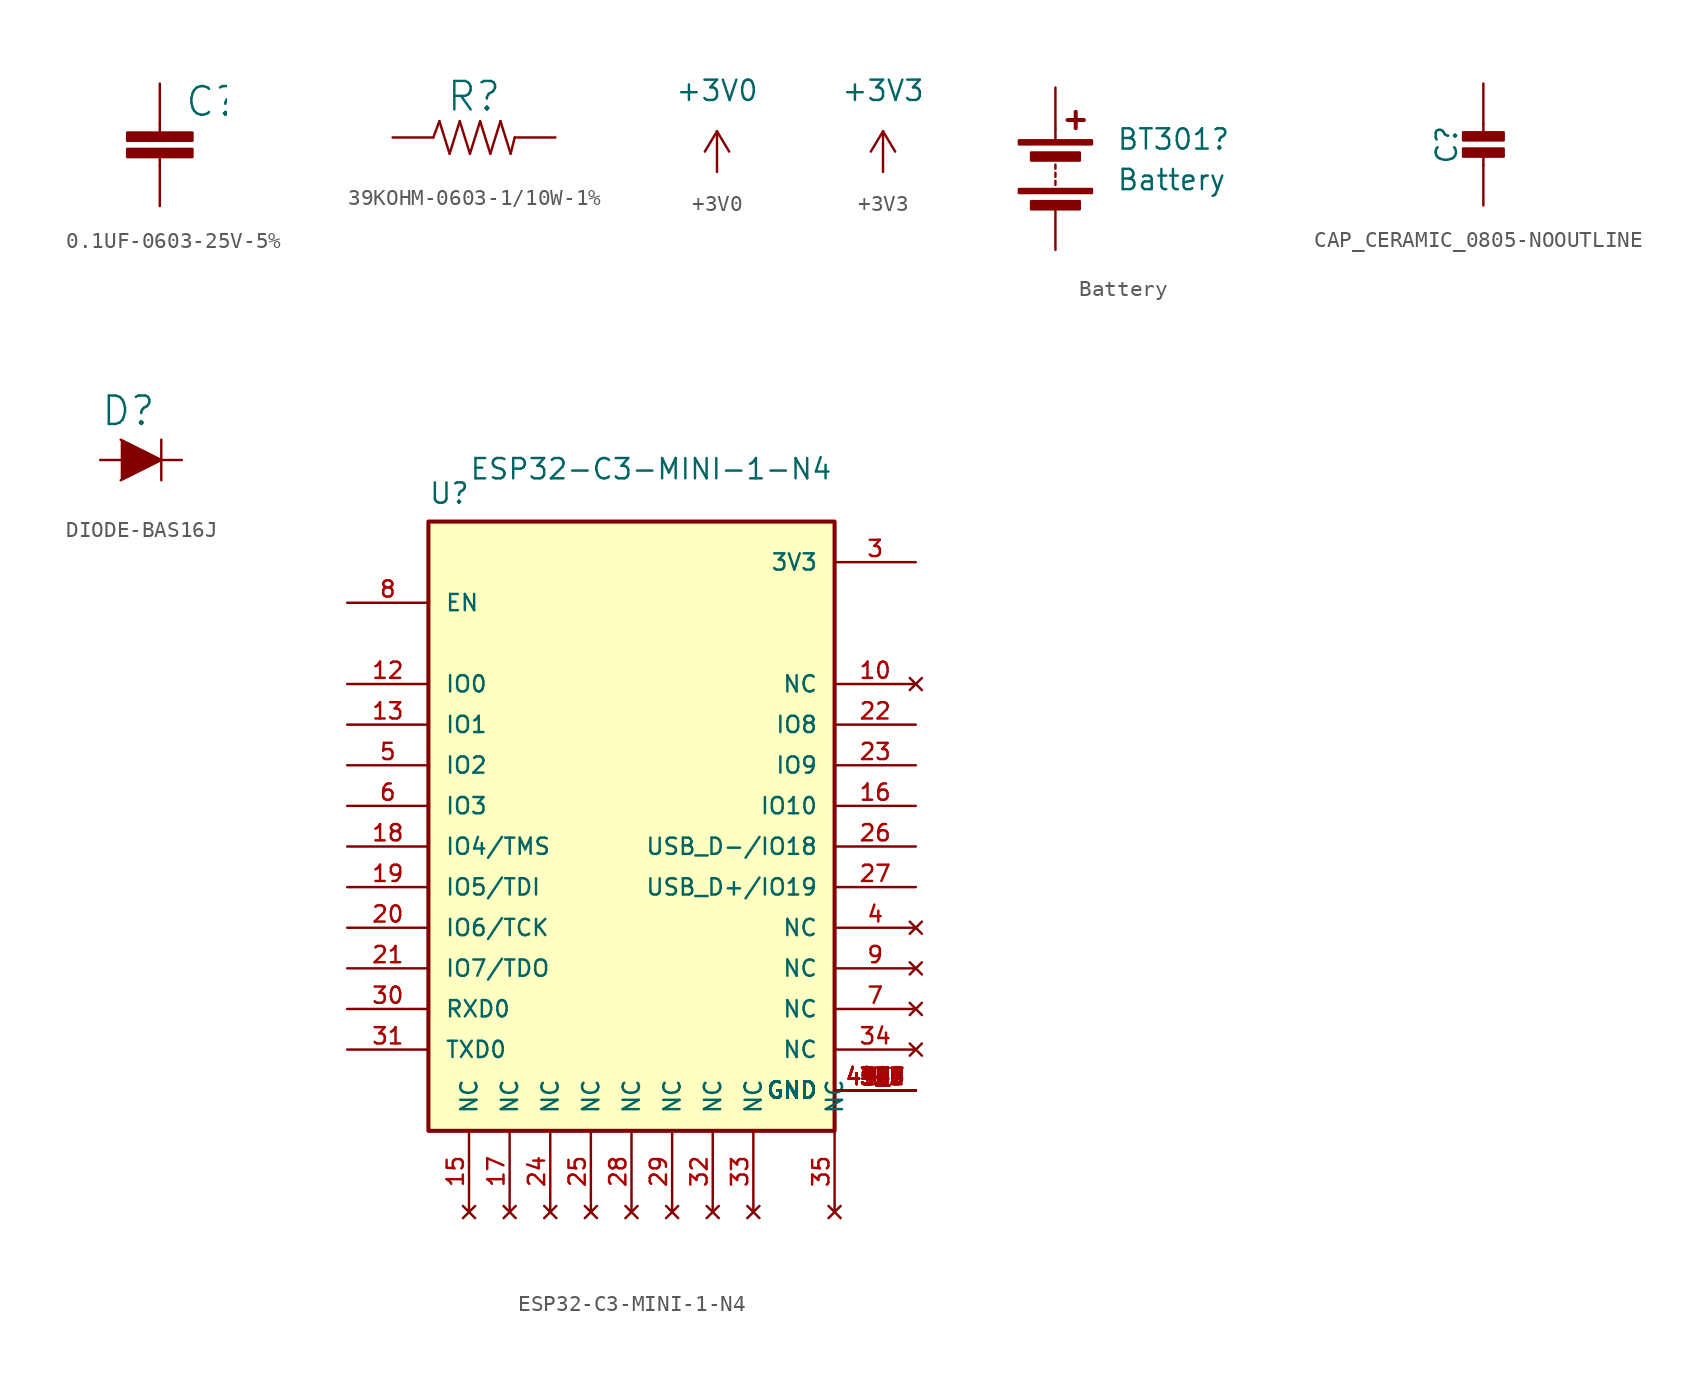
<source format=kicad_sym>
(kicad_symbol_lib
  (version 20220914)
  (generator kicad_symbol_editor)
  (symbol "0.1UF-0603-25V-5%"
    (property "Reference" "C"
      (at 1.524 2.921 0)
      (effects (font (size 1.778 1.778)) (justify left bottom)))
    (property "Value" ""
      (at 1.524 -2.159 0)
      (effects (font (size 1.778 1.778)) (justify left bottom)))
    (symbol "0.1UF-0603-25V-5%_1_0"
      (rectangle (start -2.032 0.508) (end 2.032 1.016) (stroke (width 0) (type default)) (fill (type outline)))
      (rectangle (start -2.032 2.032) (end 2.032 1.524) (stroke (width 0) (type default)) (fill (type outline)))
      (polyline (pts (xy 0 0) (xy 0 0.508)) (stroke (width 0.152) (type solid)) (fill (type none)))
      (polyline (pts (xy 0 2.54) (xy 0 2.032)) (stroke (width 0.152) (type solid)) (fill (type none)))
      (pin passive line (at 0 5.08 270) (length 2.54) (name "1" (effects (font (size 0 0)))) (number "1" (effects (font (size 0 0)))))
      (pin passive line (at 0 -2.54 90) (length 2.54) (name "2" (effects (font (size 0 0)))) (number "2" (effects (font (size 0 0)))))))
  (symbol "39KOHM-0603-1/10W-1%"
    (property "Reference" "R"
      (at 0 1.524 0)
      (effects (font (size 1.778 1.778)) (justify bottom)))
    (property "Value" ""
      (at 0 -1.524 0)
      (effects (font (size 1.778 1.778)) (justify top)))
    (property "ki_locked" ""
      (at 0 0 0)
      (effects (font (size 1.27 1.27))))
    (symbol "39KOHM-0603-1/10W-1%_1_0"
      (polyline (pts (xy -2.54 0) (xy -2.159 1.016)) (stroke (width 0.152) (type solid)) (fill (type none)))
      (polyline (pts (xy -2.159 1.016) (xy -1.524 -1.016)) (stroke (width 0.152) (type solid)) (fill (type none)))
      (polyline (pts (xy -1.524 -1.016) (xy -0.889 1.016)) (stroke (width 0.152) (type solid)) (fill (type none)))
      (polyline (pts (xy -0.889 1.016) (xy -0.254 -1.016)) (stroke (width 0.152) (type solid)) (fill (type none)))
      (polyline (pts (xy -0.254 -1.016) (xy 0.381 1.016)) (stroke (width 0.152) (type solid)) (fill (type none)))
      (polyline (pts (xy 0.381 1.016) (xy 1.016 -1.016)) (stroke (width 0.152) (type solid)) (fill (type none)))
      (polyline (pts (xy 1.016 -1.016) (xy 1.651 1.016)) (stroke (width 0.152) (type solid)) (fill (type none)))
      (polyline (pts (xy 1.651 1.016) (xy 2.286 -1.016)) (stroke (width 0.152) (type solid)) (fill (type none)))
      (polyline (pts (xy 2.286 -1.016) (xy 2.54 0)) (stroke (width 0.152) (type solid)) (fill (type none)))
      (pin passive line (at -5.08 0 0) (length 2.54) (name "1" (effects (font (size 0 0)))) (number "1" (effects (font (size 0 0)))))
      (pin passive line (at 5.08 0 180) (length 2.54) (name "2" (effects (font (size 0 0)))) (number "2" (effects (font (size 0 0)))))))
  (symbol "+3V0"
    (power)
    (pin_names
      (offset 0))
    (property "Reference" "#PWR011"
      (at 0 -3.81 0)
      (effects (font (size 1.27 1.27)) hide))
    (property "Value" "+3V0"
      (at 0 5.08 0)
      (effects (font (size 1.27 1.27))))
    (symbol "+3V0_0_1"
      (polyline (pts (xy -0.762 1.27) (xy 0 2.54)) (stroke (width 0) (type default)) (fill (type none)))
      (polyline (pts (xy 0 0) (xy 0 2.54)) (stroke (width 0) (type default)) (fill (type none)))
      (polyline (pts (xy 0 2.54) (xy 0.762 1.27)) (stroke (width 0) (type default)) (fill (type none))))
    (symbol "+3V0_1_1"
      (pin power_in line (at 0 0 90) (length 0) hide (name "+3V0" (effects (font (size 1.27 1.27)))) (number "1" (effects (font (size 1.27 1.27)))))))
  (symbol "+3V3"
    (power)
    (pin_names
      (offset 0))
    (property "Reference" "#PWR010"
      (at 0 -3.81 0)
      (effects (font (size 1.27 1.27)) hide))
    (property "Value" "+3V3"
      (at 0 5.08 0)
      (effects (font (size 1.27 1.27))))
    (symbol "+3V3_0_1"
      (polyline (pts (xy -0.762 1.27) (xy 0 2.54)) (stroke (width 0) (type default)) (fill (type none)))
      (polyline (pts (xy 0 0) (xy 0 2.54)) (stroke (width 0) (type default)) (fill (type none)))
      (polyline (pts (xy 0 2.54) (xy 0.762 1.27)) (stroke (width 0) (type default)) (fill (type none))))
    (symbol "+3V3_1_1"
      (pin power_in line (at 0 0 90) (length 0) hide (name "+3V3" (effects (font (size 1.27 1.27)))) (number "1" (effects (font (size 1.27 1.27)))))))
  (symbol "Battery"
    (pin_numbers hide)
    (pin_names
      (offset 0) hide)
    (property "Reference" "BT301"
      (at 3.81 1.841 0)
      (effects (font (size 1.27 1.27)) (justify left)))
    (property "Value" "Battery"
      (at 3.81 -0.699 0)
      (effects (font (size 1.27 1.27)) (justify left)))
    (symbol "Battery_0_1"
      (rectangle (start -2.286 -1.27) (end 2.286 -1.524) (stroke (width 0) (type default)) (fill (type outline)))
      (rectangle (start -2.286 1.778) (end 2.286 1.524) (stroke (width 0) (type default)) (fill (type outline)))
      (rectangle (start -1.524 -2.032) (end 1.524 -2.54) (stroke (width 0) (type default)) (fill (type outline)))
      (rectangle (start -1.524 1.016) (end 1.524 0.508) (stroke (width 0) (type default)) (fill (type outline)))
      (polyline (pts (xy 0 -1.016) (xy 0 -0.762)) (stroke (width 0) (type default)) (fill (type none)))
      (polyline (pts (xy 0 -0.508) (xy 0 -0.254)) (stroke (width 0) (type default)) (fill (type none)))
      (polyline (pts (xy 0 0) (xy 0 0.254)) (stroke (width 0) (type default)) (fill (type none)))
      (polyline (pts (xy 0 1.778) (xy 0 2.54)) (stroke (width 0) (type default)) (fill (type none)))
      (polyline (pts (xy 0.762 3.048) (xy 1.778 3.048)) (stroke (width 0.254) (type default)) (fill (type none)))
      (polyline (pts (xy 1.27 3.556) (xy 1.27 2.54)) (stroke (width 0.254) (type default)) (fill (type none))))
    (symbol "Battery_1_1"
      (pin passive line (at 0 5.08 270) (length 2.54) (name "+" (effects (font (size 1.27 1.27)))) (number "1" (effects (font (size 1.27 1.27)))))
      (pin passive line (at 0 -5.08 90) (length 2.54) (name "-" (effects (font (size 1.27 1.27)))) (number "2" (effects (font (size 1.27 1.27)))))))
  (symbol "CAP_CERAMIC_0805-NOOUTLINE"
    (property "Reference" "C"
      (at -2.29 1.25 90)
      (effects (font (size 1.27 1.27))))
    (property "Value" ""
      (at 2.3 1.25 90)
      (effects (font (size 1.27 1.27))))
    (property "ki_locked" ""
      (at 0 0 0)
      (effects (font (size 1.27 1.27))))
    (symbol "CAP_CERAMIC_0805-NOOUTLINE_1_0"
      (rectangle (start -1.27 0.508) (end 1.27 1.016) (stroke (width 0) (type default)) (fill (type outline)))
      (rectangle (start -1.27 1.524) (end 1.27 2.032) (stroke (width 0) (type default)) (fill (type outline)))
      (polyline (pts (xy 0 0.762) (xy 0 0)) (stroke (width 0.152) (type solid)) (fill (type none)))
      (polyline (pts (xy 0 2.54) (xy 0 1.778)) (stroke (width 0.152) (type solid)) (fill (type none)))
      (pin passive line (at 0 5.08 270) (length 2.54) (name "1" (effects (font (size 0 0)))) (number "1" (effects (font (size 0 0)))))
      (pin passive line (at 0 -2.54 90) (length 2.54) (name "2" (effects (font (size 0 0)))) (number "2" (effects (font (size 0 0)))))))
  (symbol "DIODE-BAS16J"
    (property "Reference" "D"
      (at -2.54 2.032 0)
      (effects (font (size 1.778 1.778)) (justify left bottom)))
    (property "Value" ""
      (at -2.54 -2.032 0)
      (effects (font (size 1.778 1.778)) (justify left top)))
    (property "ki_locked" ""
      (at 0 0 0)
      (effects (font (size 1.27 1.27))))
    (symbol "DIODE-BAS16J_1_0"
      (polyline (pts (xy -2.54 0) (xy -1.27 0)) (stroke (width 0.152) (type solid)) (fill (type none)))
      (polyline (pts (xy 1.27 0) (xy 1.27 -1.27)) (stroke (width 0.152) (type solid)) (fill (type none)))
      (polyline (pts (xy 1.27 1.27) (xy 1.27 0)) (stroke (width 0.152) (type solid)) (fill (type none)))
      (polyline (pts (xy 2.54 0) (xy 1.27 0)) (stroke (width 0.152) (type solid)) (fill (type none)))
      (polyline (pts (xy -1.27 1.27) (xy 1.27 0) (xy -1.27 -1.27)) (stroke (width 0.152) (type solid)) (fill (type outline)))
      (pin passive line (at -2.54 0 0) (length 0) (name "A" (effects (font (size 0 0)))) (number "A" (effects (font (size 0 0)))))
      (pin passive line (at 2.54 0 180) (length 0) (name "C" (effects (font (size 0 0)))) (number "C" (effects (font (size 0 0)))))))
  (symbol "ESP32-C3-MINI-1-N4"
    (pin_names
      (offset 1.016))
    (property "Reference" "U"
      (at -12.7 18.796 0)
      (effects (font (size 1.27 1.27)) (justify left bottom)))
    (property "Value" "ESP32-C3-MINI-1-N4"
      (at -10.16 20.32 0)
      (effects (font (size 1.27 1.27)) (justify left bottom)))
    (symbol "ESP32-C3-MINI-1-N4_0_0"
      (rectangle (start -12.7 -20.32) (end 12.7 17.78) (stroke (width 0.254) (type default)) (fill (type background)))
      (pin power_in line (at 17.78 -17.78 180) (length 5.08) (name "GND" (effects (font (size 1.016 1.016)))) (number "11" (effects (font (size 1.016 1.016)))))
      (pin bidirectional line (at -17.78 7.62 0) (length 5.08) (name "IO0" (effects (font (size 1.016 1.016)))) (number "12" (effects (font (size 1.016 1.016)))))
      (pin bidirectional line (at -17.78 5.08 0) (length 5.08) (name "IO1" (effects (font (size 1.016 1.016)))) (number "13" (effects (font (size 1.016 1.016)))))
      (pin power_in line (at 17.78 -17.78 180) (length 5.08) (name "GND" (effects (font (size 1.016 1.016)))) (number "14" (effects (font (size 1.016 1.016)))))
      (pin bidirectional line (at 17.78 0 180) (length 5.08) (name "IO10" (effects (font (size 1.016 1.016)))) (number "16" (effects (font (size 1.016 1.016)))))
      (pin power_in line (at 17.78 -17.78 180) (length 5.08) (name "GND" (effects (font (size 1.016 1.016)))) (number "2" (effects (font (size 1.016 1.016)))))
      (pin bidirectional line (at 17.78 5.08 180) (length 5.08) (name "IO8" (effects (font (size 1.016 1.016)))) (number "22" (effects (font (size 1.016 1.016)))))
      (pin bidirectional line (at 17.78 2.54 180) (length 5.08) (name "IO9" (effects (font (size 1.016 1.016)))) (number "23" (effects (font (size 1.016 1.016)))))
      (pin power_in line (at 17.78 15.24 180) (length 5.08) (name "3V3" (effects (font (size 1.016 1.016)))) (number "3" (effects (font (size 1.016 1.016)))))
      (pin bidirectional line (at -17.78 -12.7 0) (length 5.08) (name "RXD0" (effects (font (size 1.016 1.016)))) (number "30" (effects (font (size 1.016 1.016)))))
      (pin bidirectional line (at -17.78 -15.24 0) (length 5.08) (name "TXD0" (effects (font (size 1.016 1.016)))) (number "31" (effects (font (size 1.016 1.016)))))
      (pin power_in line (at 17.78 -17.78 180) (length 5.08) (name "GND" (effects (font (size 1.016 1.016)))) (number "36" (effects (font (size 1.016 1.016)))))
      (pin power_in line (at 17.78 -17.78 180) (length 5.08) (name "GND" (effects (font (size 1.016 1.016)))) (number "37" (effects (font (size 1.016 1.016)))))
      (pin power_in line (at 17.78 -17.78 180) (length 5.08) (name "GND" (effects (font (size 1.016 1.016)))) (number "38" (effects (font (size 1.016 1.016)))))
      (pin power_in line (at 17.78 -17.78 180) (length 5.08) (name "GND" (effects (font (size 1.016 1.016)))) (number "39" (effects (font (size 1.016 1.016)))))
      (pin power_in line (at 17.78 -17.78 180) (length 5.08) (name "GND" (effects (font (size 1.016 1.016)))) (number "40" (effects (font (size 1.016 1.016)))))
      (pin power_in line (at 17.78 -17.78 180) (length 5.08) (name "GND" (effects (font (size 1.016 1.016)))) (number "41" (effects (font (size 1.016 1.016)))))
      (pin power_in line (at 17.78 -17.78 180) (length 5.08) (name "GND" (effects (font (size 1.016 1.016)))) (number "42" (effects (font (size 1.016 1.016)))))
      (pin power_in line (at 17.78 -17.78 180) (length 5.08) (name "GND" (effects (font (size 1.016 1.016)))) (number "43" (effects (font (size 1.016 1.016)))))
      (pin power_in line (at 17.78 -17.78 180) (length 5.08) (name "GND" (effects (font (size 1.016 1.016)))) (number "44" (effects (font (size 1.016 1.016)))))
      (pin power_in line (at 17.78 -17.78 180) (length 5.08) (name "GND" (effects (font (size 1.016 1.016)))) (number "45" (effects (font (size 1.016 1.016)))))
      (pin power_in line (at 17.78 -17.78 180) (length 5.08) (name "GND" (effects (font (size 1.016 1.016)))) (number "46" (effects (font (size 1.016 1.016)))))
      (pin power_in line (at 17.78 -17.78 180) (length 5.08) (name "GND" (effects (font (size 1.016 1.016)))) (number "47" (effects (font (size 1.016 1.016)))))
      (pin power_in line (at 17.78 -17.78 180) (length 5.08) (name "GND" (effects (font (size 1.016 1.016)))) (number "48" (effects (font (size 1.016 1.016)))))
      (pin power_in line (at 17.78 -17.78 180) (length 5.08) (name "GND" (effects (font (size 1.016 1.016)))) (number "49_1" (effects (font (size 1.016 1.016)))))
      (pin power_in line (at 17.78 -17.78 180) (length 5.08) (name "GND" (effects (font (size 1.016 1.016)))) (number "49_2" (effects (font (size 1.016 1.016)))))
      (pin power_in line (at 17.78 -17.78 180) (length 5.08) (name "GND" (effects (font (size 1.016 1.016)))) (number "49_3" (effects (font (size 1.016 1.016)))))
      (pin power_in line (at 17.78 -17.78 180) (length 5.08) (name "GND" (effects (font (size 1.016 1.016)))) (number "49_4" (effects (font (size 1.016 1.016)))))
      (pin power_in line (at 17.78 -17.78 180) (length 5.08) (name "GND" (effects (font (size 1.016 1.016)))) (number "49_5" (effects (font (size 1.016 1.016)))))
      (pin power_in line (at 17.78 -17.78 180) (length 5.08) (name "GND" (effects (font (size 1.016 1.016)))) (number "49_6" (effects (font (size 1.016 1.016)))))
      (pin power_in line (at 17.78 -17.78 180) (length 5.08) (name "GND" (effects (font (size 1.016 1.016)))) (number "49_7" (effects (font (size 1.016 1.016)))))
      (pin power_in line (at 17.78 -17.78 180) (length 5.08) (name "GND" (effects (font (size 1.016 1.016)))) (number "49_8" (effects (font (size 1.016 1.016)))))
      (pin power_in line (at 17.78 -17.78 180) (length 5.08) (name "GND" (effects (font (size 1.016 1.016)))) (number "49_9" (effects (font (size 1.016 1.016)))))
      (pin bidirectional line (at -17.78 2.54 0) (length 5.08) (name "IO2" (effects (font (size 1.016 1.016)))) (number "5" (effects (font (size 1.016 1.016)))))
      (pin power_in line (at 17.78 -17.78 180) (length 5.08) (name "GND" (effects (font (size 1.016 1.016)))) (number "50" (effects (font (size 1.016 1.016)))))
      (pin power_in line (at 17.78 -17.78 180) (length 5.08) (name "GND" (effects (font (size 1.016 1.016)))) (number "51" (effects (font (size 1.016 1.016)))))
      (pin power_in line (at 17.78 -17.78 180) (length 5.08) (name "GND" (effects (font (size 1.016 1.016)))) (number "52" (effects (font (size 1.016 1.016)))))
      (pin power_in line (at 17.78 -17.78 180) (length 5.08) (name "GND" (effects (font (size 1.016 1.016)))) (number "53" (effects (font (size 1.016 1.016)))))
      (pin bidirectional line (at -17.78 0 0) (length 5.08) (name "IO3" (effects (font (size 1.016 1.016)))) (number "6" (effects (font (size 1.016 1.016)))))
      (pin input line (at -17.78 12.7 0) (length 5.08) (name "EN" (effects (font (size 1.016 1.016)))) (number "8" (effects (font (size 1.016 1.016))))))
    (symbol "ESP32-C3-MINI-1-N4_1_0"
      (pin power_in line (at 17.78 -17.78 180) (length 5.08) (name "GND" (effects (font (size 1.016 1.016)))) (number "1" (effects (font (size 1.016 1.016)))))
      (pin no_connect line (at 17.78 7.62 180) (length 5.08) (name "NC" (effects (font (size 1.016 1.016)))) (number "10" (effects (font (size 1.016 1.016)))))
      (pin no_connect line (at -10.16 -25.4 90) (length 5.08) (name "NC" (effects (font (size 1.016 1.016)))) (number "15" (effects (font (size 1.016 1.016)))))
      (pin no_connect line (at -7.62 -25.4 90) (length 5.08) (name "NC" (effects (font (size 1.016 1.016)))) (number "17" (effects (font (size 1.016 1.016)))))
      (pin bidirectional line (at -17.78 -2.54 0) (length 5.08) (name "IO4/TMS" (effects (font (size 1.016 1.016)))) (number "18" (effects (font (size 1.016 1.016)))))
      (pin bidirectional line (at -17.78 -5.08 0) (length 5.08) (name "IO5/TDI" (effects (font (size 1.016 1.016)))) (number "19" (effects (font (size 1.016 1.016)))))
      (pin bidirectional line (at -17.78 -7.62 0) (length 5.08) (name "IO6/TCK" (effects (font (size 1.016 1.016)))) (number "20" (effects (font (size 1.016 1.016)))))
      (pin bidirectional line (at -17.78 -10.16 0) (length 5.08) (name "IO7/TDO" (effects (font (size 1.016 1.016)))) (number "21" (effects (font (size 1.016 1.016)))))
      (pin no_connect line (at -5.08 -25.4 90) (length 5.08) (name "NC" (effects (font (size 1.016 1.016)))) (number "24" (effects (font (size 1.016 1.016)))))
      (pin no_connect line (at -2.54 -25.4 90) (length 5.08) (name "NC" (effects (font (size 1.016 1.016)))) (number "25" (effects (font (size 1.016 1.016)))))
      (pin bidirectional line (at 17.78 -2.54 180) (length 5.08) (name "USB_D-/IO18" (effects (font (size 1.016 1.016)))) (number "26" (effects (font (size 1.016 1.016)))))
      (pin bidirectional line (at 17.78 -5.08 180) (length 5.08) (name "USB_D+/IO19" (effects (font (size 1.016 1.016)))) (number "27" (effects (font (size 1.016 1.016)))))
      (pin no_connect line (at 0 -25.4 90) (length 5.08) (name "NC" (effects (font (size 1.016 1.016)))) (number "28" (effects (font (size 1.016 1.016)))))
      (pin no_connect line (at 2.54 -25.4 90) (length 5.08) (name "NC" (effects (font (size 1.016 1.016)))) (number "29" (effects (font (size 1.016 1.016)))))
      (pin no_connect line (at 5.08 -25.4 90) (length 5.08) (name "NC" (effects (font (size 1.016 1.016)))) (number "32" (effects (font (size 1.016 1.016)))))
      (pin no_connect line (at 7.62 -25.4 90) (length 5.08) (name "NC" (effects (font (size 1.016 1.016)))) (number "33" (effects (font (size 1.016 1.016)))))
      (pin no_connect line (at 17.78 -15.24 180) (length 5.08) (name "NC" (effects (font (size 1.016 1.016)))) (number "34" (effects (font (size 1.016 1.016)))))
      (pin no_connect line (at 12.7 -25.4 90) (length 5.08) (name "NC" (effects (font (size 1.016 1.016)))) (number "35" (effects (font (size 1.016 1.016)))))
      (pin no_connect line (at 17.78 -7.62 180) (length 5.08) (name "NC" (effects (font (size 1.016 1.016)))) (number "4" (effects (font (size 1.016 1.016)))))
      (pin no_connect line (at 17.78 -12.7 180) (length 5.08) (name "NC" (effects (font (size 1.016 1.016)))) (number "7" (effects (font (size 1.016 1.016)))))
      (pin no_connect line (at 17.78 -10.16 180) (length 5.08) (name "NC" (effects (font (size 1.016 1.016)))) (number "9" (effects (font (size 1.016 1.016))))))))
</source>
